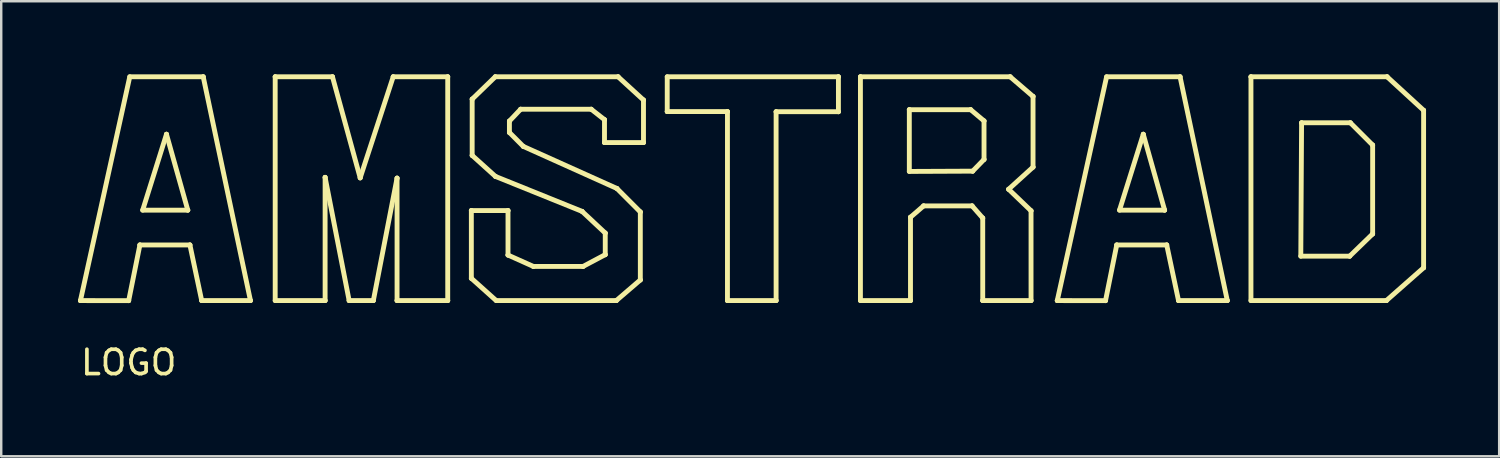
<source format=kicad_pcb>
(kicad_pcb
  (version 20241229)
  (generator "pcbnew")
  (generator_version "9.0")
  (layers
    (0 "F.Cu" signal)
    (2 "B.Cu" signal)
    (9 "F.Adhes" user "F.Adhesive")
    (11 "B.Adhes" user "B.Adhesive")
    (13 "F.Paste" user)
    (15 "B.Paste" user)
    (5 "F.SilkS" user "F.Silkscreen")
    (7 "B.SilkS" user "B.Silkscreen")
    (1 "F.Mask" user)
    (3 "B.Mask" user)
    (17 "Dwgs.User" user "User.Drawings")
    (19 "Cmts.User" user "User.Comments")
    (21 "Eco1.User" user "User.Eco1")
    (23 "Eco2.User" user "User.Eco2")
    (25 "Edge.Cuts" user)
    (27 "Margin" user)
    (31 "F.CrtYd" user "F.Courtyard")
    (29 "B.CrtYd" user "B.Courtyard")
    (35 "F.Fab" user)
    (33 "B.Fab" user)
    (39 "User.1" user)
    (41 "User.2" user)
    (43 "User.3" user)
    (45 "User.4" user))
  (footprint "LOGO"
    (layer "F.Cu")
    (at 0.25 9.283)
    (property "Reference" "LOGO" (at 1.98 2.54 0) (unlocked yes) (layer "F.SilkS") (effects (font (size 1 1) (thickness 0.15))))
    (fp_line (start 0 0) (end 0 0) (stroke (width 0.2) (type solid)) (layer "F.SilkS"))
    (fp_line (start 0 0) (end 2.024 -9.183) (stroke (width 0.2) (type solid)) (layer "F.SilkS"))
    (fp_line (start 1.98 0.002) (end 0 0) (stroke (width 0.2) (type solid)) (layer "F.SilkS"))
    (fp_line (start 1.98 0.002) (end 1.98 0.002) (stroke (width 0.2) (type solid)) (layer "F.SilkS"))
    (fp_line (start 2.024 -9.183) (end 5.038 -9.183) (stroke (width 0.2) (type solid)) (layer "F.SilkS"))
    (fp_line (start 2.44 -2.283) (end 1.98 0.002) (stroke (width 0.2) (type solid)) (layer "F.SilkS"))
    (fp_line (start 2.44 -2.283) (end 2.44 -2.283) (stroke (width 0.2) (type solid)) (layer "F.SilkS"))
    (fp_line (start 2.554 -3.711) (end 4.405 -3.711) (stroke (width 0.2) (type solid)) (layer "F.SilkS"))
    (fp_line (start 3.53 -6.825) (end 2.554 -3.711) (stroke (width 0.2) (type solid)) (layer "F.SilkS"))
    (fp_line (start 3.53 -6.825) (end 3.53 -6.825) (stroke (width 0.2) (type solid)) (layer "F.SilkS"))
    (fp_line (start 4.405 -3.711) (end 3.53 -6.825) (stroke (width 0.2) (type solid)) (layer "F.SilkS"))
    (fp_line (start 4.405 -3.711) (end 4.405 -3.711) (stroke (width 0.2) (type solid)) (layer "F.SilkS"))
    (fp_line (start 4.492 -2.283) (end 2.44 -2.283) (stroke (width 0.2) (type solid)) (layer "F.SilkS"))
    (fp_line (start 4.492 -2.283) (end 4.492 -2.283) (stroke (width 0.2) (type solid)) (layer "F.SilkS"))
    (fp_line (start 4.975 -0.001) (end 4.492 -2.283) (stroke (width 0.2) (type solid)) (layer "F.SilkS"))
    (fp_line (start 4.975 -0.001) (end 4.975 -0.001) (stroke (width 0.2) (type solid)) (layer "F.SilkS"))
    (fp_line (start 5.038 -9.183) (end 5.038 -9.183) (stroke (width 0.2) (type solid)) (layer "F.SilkS"))
    (fp_line (start 5.038 -9.183) (end 6.976 -0.001) (stroke (width 0.2) (type solid)) (layer "F.SilkS"))
    (fp_line (start 6.976 -0.001) (end 4.975 -0.001) (stroke (width 0.2) (type solid)) (layer "F.SilkS"))
    (fp_line (start 6.976 -0.001) (end 6.976 -0.001) (stroke (width 0.2) (type solid)) (layer "F.SilkS"))
    (fp_line (start 7.991 -9.183) (end 7.991 -9.183) (stroke (width 0.2) (type solid)) (layer "F.SilkS"))
    (fp_line (start 7.991 -9.183) (end 10.341 -9.183) (stroke (width 0.2) (type solid)) (layer "F.SilkS"))
    (fp_line (start 7.991 -0.001) (end 7.991 -9.183) (stroke (width 0.2) (type solid)) (layer "F.SilkS"))
    (fp_line (start 10.039 -5.057) (end 10.039 -5.057) (stroke (width 0.2) (type solid)) (layer "F.SilkS"))
    (fp_line (start 10.039 -5.057) (end 10.039 -0.001) (stroke (width 0.2) (type solid)) (layer "F.SilkS"))
    (fp_line (start 10.039 -0.001) (end 7.991 -0.001) (stroke (width 0.2) (type solid)) (layer "F.SilkS"))
    (fp_line (start 10.039 -0.001) (end 10.039 -0.001) (stroke (width 0.2) (type solid)) (layer "F.SilkS"))
    (fp_line (start 10.341 -9.183) (end 10.341 -9.183) (stroke (width 0.2) (type solid)) (layer "F.SilkS"))
    (fp_line (start 10.341 -9.183) (end 11.478 -5.035) (stroke (width 0.2) (type solid)) (layer "F.SilkS"))
    (fp_line (start 11.025 -0.001) (end 10.039 -5.057) (stroke (width 0.2) (type solid)) (layer "F.SilkS"))
    (fp_line (start 11.025 -0.001) (end 11.025 -0.001) (stroke (width 0.2) (type solid)) (layer "F.SilkS"))
    (fp_line (start 11.478 -5.035) (end 11.478 -5.035) (stroke (width 0.2) (type solid)) (layer "F.SilkS"))
    (fp_line (start 11.478 -5.035) (end 12.833 -9.183) (stroke (width 0.2) (type solid)) (layer "F.SilkS"))
    (fp_line (start 12.018 -0.001) (end 11.025 -0.001) (stroke (width 0.2) (type solid)) (layer "F.SilkS"))
    (fp_line (start 12.018 -0.001) (end 12.018 -0.001) (stroke (width 0.2) (type solid)) (layer "F.SilkS"))
    (fp_line (start 12.833 -9.183) (end 12.833 -9.183) (stroke (width 0.2) (type solid)) (layer "F.SilkS"))
    (fp_line (start 12.833 -9.183) (end 15.07 -9.183) (stroke (width 0.2) (type solid)) (layer "F.SilkS"))
    (fp_line (start 12.991 -5.025) (end 12.018 -0.001) (stroke (width 0.2) (type solid)) (layer "F.SilkS"))
    (fp_line (start 12.991 -5.025) (end 12.991 -5.025) (stroke (width 0.2) (type solid)) (layer "F.SilkS"))
    (fp_line (start 12.991 -0.001) (end 12.991 -5.025) (stroke (width 0.2) (type solid)) (layer "F.SilkS"))
    (fp_line (start 12.991 -0.001) (end 12.991 -0.001) (stroke (width 0.2) (type solid)) (layer "F.SilkS"))
    (fp_line (start 15.07 -9.183) (end 15.07 -9.183) (stroke (width 0.2) (type solid)) (layer "F.SilkS"))
    (fp_line (start 15.07 -9.183) (end 15.07 -0.001) (stroke (width 0.2) (type solid)) (layer "F.SilkS"))
    (fp_line (start 15.07 -0.001) (end 12.991 -0.001) (stroke (width 0.2) (type solid)) (layer "F.SilkS"))
    (fp_line (start 15.07 -0.001) (end 15.07 -0.001) (stroke (width 0.2) (type solid)) (layer "F.SilkS"))
    (fp_line (start 16.039 -3.694) (end 16.039 -3.694) (stroke (width 0.2) (type solid)) (layer "F.SilkS"))
    (fp_line (start 16.039 -3.694) (end 16.039 -0.914) (stroke (width 0.2) (type solid)) (layer "F.SilkS"))
    (fp_line (start 16.039 -0.914) (end 16.039 -0.914) (stroke (width 0.2) (type solid)) (layer "F.SilkS"))
    (fp_line (start 16.039 -0.914) (end 17.058 -0.001) (stroke (width 0.2) (type solid)) (layer "F.SilkS"))
    (fp_line (start 16.073 -8.265) (end 16.073 -8.265) (stroke (width 0.2) (type solid)) (layer "F.SilkS"))
    (fp_line (start 16.073 -8.265) (end 16.073 -5.956) (stroke (width 0.2) (type solid)) (layer "F.SilkS"))
    (fp_line (start 16.073 -5.956) (end 16.073 -5.956) (stroke (width 0.2) (type solid)) (layer "F.SilkS"))
    (fp_line (start 16.073 -5.956) (end 17.029 -5.094) (stroke (width 0.2) (type solid)) (layer "F.SilkS"))
    (fp_line (start 17.02 -9.183) (end 16.073 -8.265) (stroke (width 0.2) (type solid)) (layer "F.SilkS"))
    (fp_line (start 17.02 -9.183) (end 17.02 -9.183) (stroke (width 0.2) (type solid)) (layer "F.SilkS"))
    (fp_line (start 17.029 -5.094) (end 17.029 -5.094) (stroke (width 0.2) (type solid)) (layer "F.SilkS"))
    (fp_line (start 17.029 -5.094) (end 20.582 -3.66) (stroke (width 0.2) (type solid)) (layer "F.SilkS"))
    (fp_line (start 17.058 -0.001) (end 21.988 -0.001) (stroke (width 0.2) (type solid)) (layer "F.SilkS"))
    (fp_line (start 17.543 -3.694) (end 16.039 -3.694) (stroke (width 0.2) (type solid)) (layer "F.SilkS"))
    (fp_line (start 17.543 -3.694) (end 17.543 -3.694) (stroke (width 0.2) (type solid)) (layer "F.SilkS"))
    (fp_line (start 17.543 -1.868) (end 17.543 -3.694) (stroke (width 0.2) (type solid)) (layer "F.SilkS"))
    (fp_line (start 17.543 -1.868) (end 17.543 -1.868) (stroke (width 0.2) (type solid)) (layer "F.SilkS"))
    (fp_line (start 17.601 -7.365) (end 17.601 -7.365) (stroke (width 0.2) (type solid)) (layer "F.SilkS"))
    (fp_line (start 17.601 -7.365) (end 18.062 -7.851) (stroke (width 0.2) (type solid)) (layer "F.SilkS"))
    (fp_line (start 17.601 -6.897) (end 17.601 -7.365) (stroke (width 0.2) (type solid)) (layer "F.SilkS"))
    (fp_line (start 17.601 -6.897) (end 17.601 -6.897) (stroke (width 0.2) (type solid)) (layer "F.SilkS"))
    (fp_line (start 18.062 -7.851) (end 18.062 -7.851) (stroke (width 0.2) (type solid)) (layer "F.SilkS"))
    (fp_line (start 18.062 -7.851) (end 20.957 -7.851) (stroke (width 0.2) (type solid)) (layer "F.SilkS"))
    (fp_line (start 18.171 -6.326) (end 17.601 -6.897) (stroke (width 0.2) (type solid)) (layer "F.SilkS"))
    (fp_line (start 18.171 -6.326) (end 18.171 -6.326) (stroke (width 0.2) (type solid)) (layer "F.SilkS"))
    (fp_line (start 18.583 -1.402) (end 17.543 -1.868) (stroke (width 0.2) (type solid)) (layer "F.SilkS"))
    (fp_line (start 18.583 -1.402) (end 18.583 -1.402) (stroke (width 0.2) (type solid)) (layer "F.SilkS"))
    (fp_line (start 20.582 -3.66) (end 20.582 -3.66) (stroke (width 0.2) (type solid)) (layer "F.SilkS"))
    (fp_line (start 20.582 -3.66) (end 21.533 -2.771) (stroke (width 0.2) (type solid)) (layer "F.SilkS"))
    (fp_line (start 20.623 -1.402) (end 18.583 -1.402) (stroke (width 0.2) (type solid)) (layer "F.SilkS"))
    (fp_line (start 20.623 -1.402) (end 20.623 -1.402) (stroke (width 0.2) (type solid)) (layer "F.SilkS"))
    (fp_line (start 20.957 -7.851) (end 20.957 -7.851) (stroke (width 0.2) (type solid)) (layer "F.SilkS"))
    (fp_line (start 20.957 -7.851) (end 21.502 -7.423) (stroke (width 0.2) (type solid)) (layer "F.SilkS"))
    (fp_line (start 21.502 -7.423) (end 21.502 -7.423) (stroke (width 0.2) (type solid)) (layer "F.SilkS"))
    (fp_line (start 21.502 -7.423) (end 21.502 -6.484) (stroke (width 0.2) (type solid)) (layer "F.SilkS"))
    (fp_line (start 21.502 -6.484) (end 21.502 -6.484) (stroke (width 0.2) (type solid)) (layer "F.SilkS"))
    (fp_line (start 21.502 -6.484) (end 23.102 -6.484) (stroke (width 0.2) (type solid)) (layer "F.SilkS"))
    (fp_line (start 21.533 -2.771) (end 21.533 -2.771) (stroke (width 0.2) (type solid)) (layer "F.SilkS"))
    (fp_line (start 21.533 -2.771) (end 21.533 -1.885) (stroke (width 0.2) (type solid)) (layer "F.SilkS"))
    (fp_line (start 21.533 -1.885) (end 20.623 -1.402) (stroke (width 0.2) (type solid)) (layer "F.SilkS"))
    (fp_line (start 21.533 -1.885) (end 21.533 -1.885) (stroke (width 0.2) (type solid)) (layer "F.SilkS"))
    (fp_line (start 21.988 -0.001) (end 21.988 -0.001) (stroke (width 0.2) (type solid)) (layer "F.SilkS"))
    (fp_line (start 21.988 -0.001) (end 22.972 -0.846) (stroke (width 0.2) (type solid)) (layer "F.SilkS"))
    (fp_line (start 22.011 -4.6) (end 18.171 -6.326) (stroke (width 0.2) (type solid)) (layer "F.SilkS"))
    (fp_line (start 22.011 -4.6) (end 22.011 -4.6) (stroke (width 0.2) (type solid)) (layer "F.SilkS"))
    (fp_line (start 22.06 -9.183) (end 17.02 -9.183) (stroke (width 0.2) (type solid)) (layer "F.SilkS"))
    (fp_line (start 22.06 -9.183) (end 22.06 -9.183) (stroke (width 0.2) (type solid)) (layer "F.SilkS"))
    (fp_line (start 22.972 -3.637) (end 22.011 -4.6) (stroke (width 0.2) (type solid)) (layer "F.SilkS"))
    (fp_line (start 22.972 -3.637) (end 22.972 -3.637) (stroke (width 0.2) (type solid)) (layer "F.SilkS"))
    (fp_line (start 22.972 -0.846) (end 22.972 -3.637) (stroke (width 0.2) (type solid)) (layer "F.SilkS"))
    (fp_line (start 22.972 -0.846) (end 22.972 -0.846) (stroke (width 0.2) (type solid)) (layer "F.SilkS"))
    (fp_line (start 23.102 -8.229) (end 22.06 -9.183) (stroke (width 0.2) (type solid)) (layer "F.SilkS"))
    (fp_line (start 23.102 -8.229) (end 23.102 -8.229) (stroke (width 0.2) (type solid)) (layer "F.SilkS"))
    (fp_line (start 23.102 -6.484) (end 23.102 -8.229) (stroke (width 0.2) (type solid)) (layer "F.SilkS"))
    (fp_line (start 23.102 -6.484) (end 23.102 -6.484) (stroke (width 0.2) (type solid)) (layer "F.SilkS"))
    (fp_line (start 24.076 -9.183) (end 24.076 -7.755) (stroke (width 0.2) (type solid)) (layer "F.SilkS"))
    (fp_line (start 24.076 -7.755) (end 24.076 -7.755) (stroke (width 0.2) (type solid)) (layer "F.SilkS"))
    (fp_line (start 24.076 -7.755) (end 26.547 -7.755) (stroke (width 0.2) (type solid)) (layer "F.SilkS"))
    (fp_line (start 26.547 -7.755) (end 26.547 -7.755) (stroke (width 0.2) (type solid)) (layer "F.SilkS"))
    (fp_line (start 26.547 -7.755) (end 26.547 -0.001) (stroke (width 0.2) (type solid)) (layer "F.SilkS"))
    (fp_line (start 26.547 -0.001) (end 26.547 -0.001) (stroke (width 0.2) (type solid)) (layer "F.SilkS"))
    (fp_line (start 26.547 -0.001) (end 28.543 -0.001) (stroke (width 0.2) (type solid)) (layer "F.SilkS"))
    (fp_line (start 28.543 -7.749) (end 28.543 -7.749) (stroke (width 0.2) (type solid)) (layer "F.SilkS"))
    (fp_line (start 28.543 -7.749) (end 31.1 -7.749) (stroke (width 0.2) (type solid)) (layer "F.SilkS"))
    (fp_line (start 28.543 -0.001) (end 28.543 -7.749) (stroke (width 0.2) (type solid)) (layer "F.SilkS"))
    (fp_line (start 28.543 -0.001) (end 28.543 -0.001) (stroke (width 0.2) (type solid)) (layer "F.SilkS"))
    (fp_line (start 31.1 -9.183) (end 24.076 -9.183) (stroke (width 0.2) (type solid)) (layer "F.SilkS"))
    (fp_line (start 31.1 -9.183) (end 31.1 -9.183) (stroke (width 0.2) (type solid)) (layer "F.SilkS"))
    (fp_line (start 31.1 -7.749) (end 31.1 -9.183) (stroke (width 0.2) (type solid)) (layer "F.SilkS"))
    (fp_line (start 31.1 -7.749) (end 31.1 -7.749) (stroke (width 0.2) (type solid)) (layer "F.SilkS"))
    (fp_line (start 32.003 -9.183) (end 32.003 -9.183) (stroke (width 0.2) (type solid)) (layer "F.SilkS"))
    (fp_line (start 32.003 -9.183) (end 38.147 -9.183) (stroke (width 0.2) (type solid)) (layer "F.SilkS"))
    (fp_line (start 32.003 -0.001) (end 32.003 -9.183) (stroke (width 0.2) (type solid)) (layer "F.SilkS"))
    (fp_line (start 34.009 -7.833) (end 34.009 -7.833) (stroke (width 0.2) (type solid)) (layer "F.SilkS"))
    (fp_line (start 34.009 -7.833) (end 36.526 -7.833) (stroke (width 0.2) (type solid)) (layer "F.SilkS"))
    (fp_line (start 34.009 -5.299) (end 34.009 -7.833) (stroke (width 0.2) (type solid)) (layer "F.SilkS"))
    (fp_line (start 34.057 -3.421) (end 34.057 -3.421) (stroke (width 0.2) (type solid)) (layer "F.SilkS"))
    (fp_line (start 34.057 -3.421) (end 34.057 -0.001) (stroke (width 0.2) (type solid)) (layer "F.SilkS"))
    (fp_line (start 34.057 -0.001) (end 32.003 -0.001) (stroke (width 0.2) (type solid)) (layer "F.SilkS"))
    (fp_line (start 34.057 -0.001) (end 34.057 -0.001) (stroke (width 0.2) (type solid)) (layer "F.SilkS"))
    (fp_line (start 34.595 -3.886) (end 34.057 -3.421) (stroke (width 0.2) (type solid)) (layer "F.SilkS"))
    (fp_line (start 34.595 -3.886) (end 34.595 -3.886) (stroke (width 0.2) (type solid)) (layer "F.SilkS"))
    (fp_line (start 36.526 -7.833) (end 36.526 -7.833) (stroke (width 0.2) (type solid)) (layer "F.SilkS"))
    (fp_line (start 36.526 -7.833) (end 37.074 -7.372) (stroke (width 0.2) (type solid)) (layer "F.SilkS"))
    (fp_line (start 36.584 -3.886) (end 34.595 -3.886) (stroke (width 0.2) (type solid)) (layer "F.SilkS"))
    (fp_line (start 36.584 -3.886) (end 36.584 -3.886) (stroke (width 0.2) (type solid)) (layer "F.SilkS"))
    (fp_line (start 36.609 -5.311) (end 34.009 -5.299) (stroke (width 0.2) (type solid)) (layer "F.SilkS"))
    (fp_line (start 36.609 -5.311) (end 36.609 -5.311) (stroke (width 0.2) (type solid)) (layer "F.SilkS"))
    (fp_line (start 37.021 -3.387) (end 36.584 -3.886) (stroke (width 0.2) (type solid)) (layer "F.SilkS"))
    (fp_line (start 37.021 -3.387) (end 37.021 -3.387) (stroke (width 0.2) (type solid)) (layer "F.SilkS"))
    (fp_line (start 37.021 -0.000496) (end 37.021 -3.387) (stroke (width 0.2) (type solid)) (layer "F.SilkS"))
    (fp_line (start 37.021 -0.000496) (end 37.021 -0.000496) (stroke (width 0.2) (type solid)) (layer "F.SilkS"))
    (fp_line (start 37.074 -7.372) (end 37.074 -7.372) (stroke (width 0.2) (type solid)) (layer "F.SilkS"))
    (fp_line (start 37.074 -7.372) (end 37.074 -5.79) (stroke (width 0.2) (type solid)) (layer "F.SilkS"))
    (fp_line (start 37.074 -5.79) (end 36.609 -5.311) (stroke (width 0.2) (type solid)) (layer "F.SilkS"))
    (fp_line (start 37.074 -5.79) (end 37.074 -5.79) (stroke (width 0.2) (type solid)) (layer "F.SilkS"))
    (fp_line (start 38.083 -4.568) (end 38.083 -4.568) (stroke (width 0.2) (type solid)) (layer "F.SilkS"))
    (fp_line (start 38.083 -4.568) (end 39.003 -3.685) (stroke (width 0.2) (type solid)) (layer "F.SilkS"))
    (fp_line (start 38.147 -9.183) (end 38.147 -9.183) (stroke (width 0.2) (type solid)) (layer "F.SilkS"))
    (fp_line (start 38.147 -9.183) (end 39.085 -8.377) (stroke (width 0.2) (type solid)) (layer "F.SilkS"))
    (fp_line (start 39.003 -3.685) (end 39.003 -3.685) (stroke (width 0.2) (type solid)) (layer "F.SilkS"))
    (fp_line (start 39.003 -3.685) (end 39.003 -0.000496) (stroke (width 0.2) (type solid)) (layer "F.SilkS"))
    (fp_line (start 39.003 -0.000496) (end 37.021 -0.000496) (stroke (width 0.2) (type solid)) (layer "F.SilkS"))
    (fp_line (start 39.003 -0.000496) (end 39.003 -0.000496) (stroke (width 0.2) (type solid)) (layer "F.SilkS"))
    (fp_line (start 39.085 -8.377) (end 39.085 -8.377) (stroke (width 0.2) (type solid)) (layer "F.SilkS"))
    (fp_line (start 39.085 -8.377) (end 39.085 -5.477) (stroke (width 0.2) (type solid)) (layer "F.SilkS"))
    (fp_line (start 39.085 -5.477) (end 38.083 -4.568) (stroke (width 0.2) (type solid)) (layer "F.SilkS"))
    (fp_line (start 39.085 -5.477) (end 39.085 -5.477) (stroke (width 0.2) (type solid)) (layer "F.SilkS"))
    (fp_line (start 40.079 0) (end 40.079 0) (stroke (width 0.2) (type solid)) (layer "F.SilkS"))
    (fp_line (start 40.079 0) (end 42.103 -9.183) (stroke (width 0.2) (type solid)) (layer "F.SilkS"))
    (fp_line (start 42.059 0.002) (end 40.079 0) (stroke (width 0.2) (type solid)) (layer "F.SilkS"))
    (fp_line (start 42.059 0.002) (end 42.059 0.002) (stroke (width 0.2) (type solid)) (layer "F.SilkS"))
    (fp_line (start 42.103 -9.183) (end 45.117 -9.183) (stroke (width 0.2) (type solid)) (layer "F.SilkS"))
    (fp_line (start 42.519 -2.283) (end 42.059 0.002) (stroke (width 0.2) (type solid)) (layer "F.SilkS"))
    (fp_line (start 42.519 -2.283) (end 42.519 -2.283) (stroke (width 0.2) (type solid)) (layer "F.SilkS"))
    (fp_line (start 42.633 -3.711) (end 44.484 -3.711) (stroke (width 0.2) (type solid)) (layer "F.SilkS"))
    (fp_line (start 43.608 -6.825) (end 42.633 -3.711) (stroke (width 0.2) (type solid)) (layer "F.SilkS"))
    (fp_line (start 43.608 -6.825) (end 43.608 -6.825) (stroke (width 0.2) (type solid)) (layer "F.SilkS"))
    (fp_line (start 44.484 -3.711) (end 43.608 -6.825) (stroke (width 0.2) (type solid)) (layer "F.SilkS"))
    (fp_line (start 44.484 -3.711) (end 44.484 -3.711) (stroke (width 0.2) (type solid)) (layer "F.SilkS"))
    (fp_line (start 44.57 -2.283) (end 42.519 -2.283) (stroke (width 0.2) (type solid)) (layer "F.SilkS"))
    (fp_line (start 44.57 -2.283) (end 44.57 -2.283) (stroke (width 0.2) (type solid)) (layer "F.SilkS"))
    (fp_line (start 45.054 -0.001) (end 44.57 -2.283) (stroke (width 0.2) (type solid)) (layer "F.SilkS"))
    (fp_line (start 45.054 -0.001) (end 45.054 -0.001) (stroke (width 0.2) (type solid)) (layer "F.SilkS"))
    (fp_line (start 45.117 -9.183) (end 45.117 -9.183) (stroke (width 0.2) (type solid)) (layer "F.SilkS"))
    (fp_line (start 45.117 -9.183) (end 47.055 -0.001) (stroke (width 0.2) (type solid)) (layer "F.SilkS"))
    (fp_line (start 47.055 -0.001) (end 45.054 -0.001) (stroke (width 0.2) (type solid)) (layer "F.SilkS"))
    (fp_line (start 47.055 -0.001) (end 47.055 -0.001) (stroke (width 0.2) (type solid)) (layer "F.SilkS"))
    (fp_line (start 48.026 -9.183) (end 48.026 -9.183) (stroke (width 0.2) (type solid)) (layer "F.SilkS"))
    (fp_line (start 48.026 -9.183) (end 53.611 -9.183) (stroke (width 0.2) (type solid)) (layer "F.SilkS"))
    (fp_line (start 48.026 -0.001) (end 48.026 -9.183) (stroke (width 0.2) (type solid)) (layer "F.SilkS"))
    (fp_line (start 50.071 -1.823) (end 52.078 -1.823) (stroke (width 0.2) (type solid)) (layer "F.SilkS"))
    (fp_line (start 50.103 -7.295) (end 50.071 -1.823) (stroke (width 0.2) (type solid)) (layer "F.SilkS"))
    (fp_line (start 50.103 -7.295) (end 50.103 -7.295) (stroke (width 0.2) (type solid)) (layer "F.SilkS"))
    (fp_line (start 52.078 -1.823) (end 52.078 -1.823) (stroke (width 0.2) (type solid)) (layer "F.SilkS"))
    (fp_line (start 52.078 -1.823) (end 53.019 -2.735) (stroke (width 0.2) (type solid)) (layer "F.SilkS"))
    (fp_line (start 52.105 -7.295) (end 50.103 -7.295) (stroke (width 0.2) (type solid)) (layer "F.SilkS"))
    (fp_line (start 52.105 -7.295) (end 52.105 -7.295) (stroke (width 0.2) (type solid)) (layer "F.SilkS"))
    (fp_line (start 53.019 -6.381) (end 52.105 -7.295) (stroke (width 0.2) (type solid)) (layer "F.SilkS"))
    (fp_line (start 53.019 -6.381) (end 53.019 -6.381) (stroke (width 0.2) (type solid)) (layer "F.SilkS"))
    (fp_line (start 53.019 -2.735) (end 53.019 -6.381) (stroke (width 0.2) (type solid)) (layer "F.SilkS"))
    (fp_line (start 53.019 -2.735) (end 53.019 -2.735) (stroke (width 0.2) (type solid)) (layer "F.SilkS"))
    (fp_line (start 53.583 -0.001) (end 48.026 -0.001) (stroke (width 0.2) (type solid)) (layer "F.SilkS"))
    (fp_line (start 53.583 -0.001) (end 53.583 -0.001) (stroke (width 0.2) (type solid)) (layer "F.SilkS"))
    (fp_line (start 53.611 -9.183) (end 53.611 -9.183) (stroke (width 0.2) (type solid)) (layer "F.SilkS"))
    (fp_line (start 53.611 -9.183) (end 55.11 -7.807) (stroke (width 0.2) (type solid)) (layer "F.SilkS"))
    (fp_line (start 55.11 -7.807) (end 55.11 -7.807) (stroke (width 0.2) (type solid)) (layer "F.SilkS"))
    (fp_line (start 55.11 -7.807) (end 55.11 -1.347) (stroke (width 0.2) (type solid)) (layer "F.SilkS"))
    (fp_line (start 55.11 -1.347) (end 53.583 -0.001) (stroke (width 0.2) (type solid)) (layer "F.SilkS"))
    (fp_line (start 55.11 -1.347) (end 55.11 -1.347) (stroke (width 0.2) (type solid)) (layer "F.SilkS")))
  (gr_rect
    (start -3 -3)
    (end 58.46 15.671)
    (stroke (width 0.1) (type default))
    (fill no)
    (layer "Edge.Cuts")))
</source>
